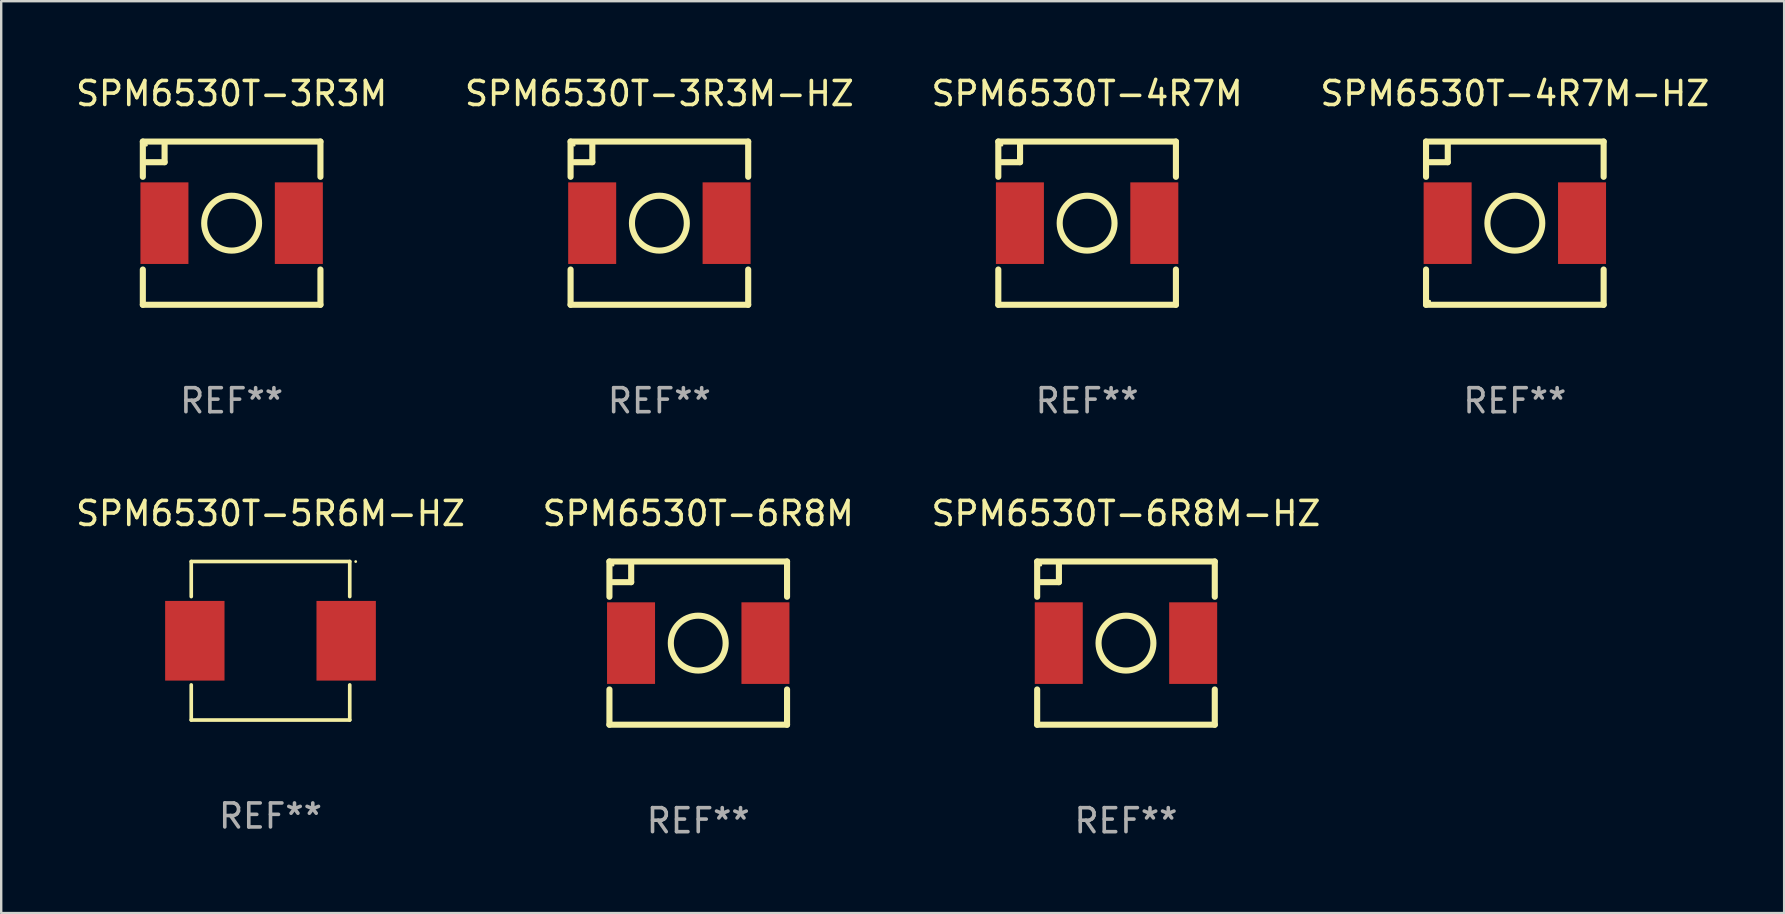
<source format=kicad_pcb>
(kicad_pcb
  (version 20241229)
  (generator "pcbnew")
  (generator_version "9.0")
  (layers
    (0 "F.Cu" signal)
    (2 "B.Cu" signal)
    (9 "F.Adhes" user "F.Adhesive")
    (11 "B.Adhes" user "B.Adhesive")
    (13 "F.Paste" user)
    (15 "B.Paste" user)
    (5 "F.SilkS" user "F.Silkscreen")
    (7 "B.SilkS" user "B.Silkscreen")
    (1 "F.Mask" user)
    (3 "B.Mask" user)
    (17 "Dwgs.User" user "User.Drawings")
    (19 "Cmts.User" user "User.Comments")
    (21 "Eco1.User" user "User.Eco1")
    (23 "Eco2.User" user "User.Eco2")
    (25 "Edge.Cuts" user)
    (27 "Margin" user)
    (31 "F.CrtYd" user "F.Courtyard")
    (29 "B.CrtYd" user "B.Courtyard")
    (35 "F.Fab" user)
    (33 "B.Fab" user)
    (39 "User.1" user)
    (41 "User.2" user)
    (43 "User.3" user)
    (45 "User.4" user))
  (footprint "SPM6530T-3R3M-HZ"
    (layer "F.Cu")
    (at 24.423 6.248)
    (property "Reference" "SPM6530T-3R3M-HZ" (at 0 -5.4 0) (layer "F.SilkS") (effects (font (size 1 1) (thickness 0.15))))
    (attr through_hole)
    (fp_line (start -3.7 -3.4) (end 3.7 -3.4) (stroke (width 0.254) (type solid)) (layer "F.SilkS"))
    (fp_line (start -3.7 -1.931) (end -3.7 -3.4) (stroke (width 0.254) (type solid)) (layer "F.SilkS"))
    (fp_line (start -3.7 3.4) (end -3.7 1.931) (stroke (width 0.254) (type solid)) (layer "F.SilkS"))
    (fp_line (start -2.794 -3.302) (end -2.794 -2.54) (stroke (width 0.254) (type solid)) (layer "F.SilkS"))
    (fp_line (start -2.794 -2.54) (end -3.556 -2.54) (stroke (width 0.254) (type solid)) (layer "F.SilkS"))
    (fp_line (start 3.7 -3.4) (end 3.7 -1.931) (stroke (width 0.254) (type solid)) (layer "F.SilkS"))
    (fp_line (start 3.7 1.931) (end 3.7 3.4) (stroke (width 0.254) (type solid)) (layer "F.SilkS"))
    (fp_line (start 3.7 3.4) (end -3.7 3.4) (stroke (width 0.254) (type solid)) (layer "F.SilkS"))
    (fp_circle (center -3.55 -3.25) (end -3.52 -3.25) (stroke (width 0.06) (type solid)) (fill no) (layer "F.SilkS"))
    (fp_circle (center 0 0) (end 1.143 0) (stroke (width 0.254) (type solid)) (fill no) (layer "F.SilkS"))
    (fp_text user "REF**" (at 0 7.4 0) (layer "F.Fab") (effects (font (size 1 1) (thickness 0.15))))
    (pad "1" smd rect (at -2.8 0) (size 2 3.4) (layers "F.Cu" "F.Mask" "F.Paste"))
    (pad "2" smd rect (at 2.8 0) (size 2 3.4) (layers "F.Cu" "F.Mask" "F.Paste")))
  (footprint "SPM6530T-6R8M"
    (layer "F.Cu")
    (at 26.042 23.745)
    (property "Reference" "SPM6530T-6R8M" (at 0 -5.4 0) (layer "F.SilkS") (effects (font (size 1 1) (thickness 0.15))))
    (attr through_hole)
    (fp_line (start -3.7 -3.4) (end 3.7 -3.4) (stroke (width 0.254) (type solid)) (layer "F.SilkS"))
    (fp_line (start -3.7 -1.931) (end -3.7 -3.4) (stroke (width 0.254) (type solid)) (layer "F.SilkS"))
    (fp_line (start -3.7 3.4) (end -3.7 1.931) (stroke (width 0.254) (type solid)) (layer "F.SilkS"))
    (fp_line (start -2.794 -3.302) (end -2.794 -2.54) (stroke (width 0.254) (type solid)) (layer "F.SilkS"))
    (fp_line (start -2.794 -2.54) (end -3.556 -2.54) (stroke (width 0.254) (type solid)) (layer "F.SilkS"))
    (fp_line (start 3.7 -3.4) (end 3.7 -1.931) (stroke (width 0.254) (type solid)) (layer "F.SilkS"))
    (fp_line (start 3.7 1.931) (end 3.7 3.4) (stroke (width 0.254) (type solid)) (layer "F.SilkS"))
    (fp_line (start 3.7 3.4) (end -3.7 3.4) (stroke (width 0.254) (type solid)) (layer "F.SilkS"))
    (fp_circle (center -3.55 -3.25) (end -3.52 -3.25) (stroke (width 0.06) (type solid)) (fill no) (layer "F.SilkS"))
    (fp_circle (center 0 0) (end 1.143 0) (stroke (width 0.254) (type solid)) (fill no) (layer "F.SilkS"))
    (fp_text user "REF**" (at 0 7.4 0) (layer "F.Fab") (effects (font (size 1 1) (thickness 0.15))))
    (pad "1" smd rect (at -2.8 0) (size 2 3.4) (layers "F.Cu" "F.Mask" "F.Paste"))
    (pad "2" smd rect (at 2.8 0) (size 2 3.4) (layers "F.Cu" "F.Mask" "F.Paste")))
  (footprint "SPM6530T-3R3M"
    (layer "F.Cu")
    (at 6.601 6.248)
    (property "Reference" "SPM6530T-3R3M" (at 0 -5.4 0) (layer "F.SilkS") (effects (font (size 1 1) (thickness 0.15))))
    (attr through_hole)
    (fp_line (start -3.7 -3.4) (end 3.7 -3.4) (stroke (width 0.254) (type solid)) (layer "F.SilkS"))
    (fp_line (start -3.7 -1.931) (end -3.7 -3.4) (stroke (width 0.254) (type solid)) (layer "F.SilkS"))
    (fp_line (start -3.7 3.4) (end -3.7 1.931) (stroke (width 0.254) (type solid)) (layer "F.SilkS"))
    (fp_line (start -2.794 -3.302) (end -2.794 -2.54) (stroke (width 0.254) (type solid)) (layer "F.SilkS"))
    (fp_line (start -2.794 -2.54) (end -3.556 -2.54) (stroke (width 0.254) (type solid)) (layer "F.SilkS"))
    (fp_line (start 3.7 -3.4) (end 3.7 -1.931) (stroke (width 0.254) (type solid)) (layer "F.SilkS"))
    (fp_line (start 3.7 1.931) (end 3.7 3.4) (stroke (width 0.254) (type solid)) (layer "F.SilkS"))
    (fp_line (start 3.7 3.4) (end -3.7 3.4) (stroke (width 0.254) (type solid)) (layer "F.SilkS"))
    (fp_circle (center -3.55 -3.25) (end -3.52 -3.25) (stroke (width 0.06) (type solid)) (fill no) (layer "F.SilkS"))
    (fp_circle (center 0 0) (end 1.143 0) (stroke (width 0.254) (type solid)) (fill no) (layer "F.SilkS"))
    (fp_text user "REF**" (at 0 7.4 0) (layer "F.Fab") (effects (font (size 1 1) (thickness 0.15))))
    (pad "1" smd rect (at -2.8 0) (size 2 3.4) (layers "F.Cu" "F.Mask" "F.Paste"))
    (pad "2" smd rect (at 2.8 0) (size 2 3.4) (layers "F.Cu" "F.Mask" "F.Paste")))
  (footprint "SPM6530T-5R6M-HZ"
    (layer "F.Cu")
    (at 8.22 23.647)
    (property "Reference" "SPM6530T-5R6M-HZ" (at 0 -5.302 0) (layer "F.SilkS") (effects (font (size 1 1) (thickness 0.15))))
    (attr through_hole)
    (fp_line (start -3.302 -3.302) (end -3.302 -1.84) (stroke (width 0.152) (type solid)) (layer "F.SilkS"))
    (fp_line (start -3.302 1.84) (end -3.302 3.302) (stroke (width 0.152) (type solid)) (layer "F.SilkS"))
    (fp_line (start -3.302 3.302) (end 3.302 3.302) (stroke (width 0.152) (type solid)) (layer "F.SilkS"))
    (fp_line (start 3.302 -3.302) (end -3.302 -3.302) (stroke (width 0.152) (type solid)) (layer "F.SilkS"))
    (fp_line (start 3.302 -1.84) (end 3.302 -3.302) (stroke (width 0.152) (type solid)) (layer "F.SilkS"))
    (fp_line (start 3.302 3.302) (end 3.302 1.84) (stroke (width 0.152) (type solid)) (layer "F.SilkS"))
    (fp_circle (center 3.55 -3.3) (end 3.58 -3.3) (stroke (width 0.06) (type solid)) (fill no) (layer "F.SilkS"))
    (fp_text user "REF**" (at 0 7.302 0) (layer "F.Fab") (effects (font (size 1 1) (thickness 0.15))))
    (pad "1" smd rect (at 3.153 0) (size 2.474 3.32) (layers "F.Cu" "F.Mask" "F.Paste"))
    (pad "2" smd rect (at -3.153 0) (size 2.474 3.32) (layers "F.Cu" "F.Mask" "F.Paste")))
  (footprint "SPM6530T-4R7M-HZ"
    (layer "F.Cu")
    (at 60.065 6.248)
    (property "Reference" "SPM6530T-4R7M-HZ" (at 0 -5.4 0) (layer "F.SilkS") (effects (font (size 1 1) (thickness 0.15))))
    (attr through_hole)
    (fp_line (start -3.7 -3.4) (end -3.7 -1.931) (stroke (width 0.254) (type solid)) (layer "F.SilkS"))
    (fp_line (start -3.7 -3.4) (end 3.7 -3.4) (stroke (width 0.254) (type solid)) (layer "F.SilkS"))
    (fp_line (start -3.7 1.931) (end -3.7 3.4) (stroke (width 0.254) (type solid)) (layer "F.SilkS"))
    (fp_line (start -2.794 -3.302) (end -2.794 -2.54) (stroke (width 0.254) (type solid)) (layer "F.SilkS"))
    (fp_line (start -2.794 -2.54) (end -3.556 -2.54) (stroke (width 0.254) (type solid)) (layer "F.SilkS"))
    (fp_line (start 3.7 -3.4) (end 3.7 -1.931) (stroke (width 0.254) (type solid)) (layer "F.SilkS"))
    (fp_line (start 3.7 1.931) (end 3.7 3.4) (stroke (width 0.254) (type solid)) (layer "F.SilkS"))
    (fp_line (start 3.7 3.4) (end -3.7 3.4) (stroke (width 0.254) (type solid)) (layer "F.SilkS"))
    (fp_circle (center -3.55 3.25) (end -3.52 3.25) (stroke (width 0.06) (type solid)) (fill no) (layer "F.SilkS"))
    (fp_circle (center 0 0) (end 1.143 0) (stroke (width 0.254) (type solid)) (fill no) (layer "F.SilkS"))
    (fp_text user "REF**" (at 0 7.4 0) (layer "F.Fab") (effects (font (size 1 1) (thickness 0.15))))
    (pad "1" smd rect (at -2.8 0) (size 2 3.4) (layers "F.Cu" "F.Mask" "F.Paste"))
    (pad "2" smd rect (at 2.8 0) (size 2 3.4) (layers "F.Cu" "F.Mask" "F.Paste")))
  (footprint "SPM6530T-4R7M"
    (layer "F.Cu")
    (at 42.244 6.248)
    (property "Reference" "SPM6530T-4R7M" (at 0 -5.4 0) (layer "F.SilkS") (effects (font (size 1 1) (thickness 0.15))))
    (attr through_hole)
    (fp_line (start -3.7 -3.4) (end 3.7 -3.4) (stroke (width 0.254) (type solid)) (layer "F.SilkS"))
    (fp_line (start -3.7 -1.931) (end -3.7 -3.4) (stroke (width 0.254) (type solid)) (layer "F.SilkS"))
    (fp_line (start -3.7 3.4) (end -3.7 1.931) (stroke (width 0.254) (type solid)) (layer "F.SilkS"))
    (fp_line (start -2.794 -3.302) (end -2.794 -2.54) (stroke (width 0.254) (type solid)) (layer "F.SilkS"))
    (fp_line (start -2.794 -2.54) (end -3.556 -2.54) (stroke (width 0.254) (type solid)) (layer "F.SilkS"))
    (fp_line (start 3.7 -3.4) (end 3.7 -1.931) (stroke (width 0.254) (type solid)) (layer "F.SilkS"))
    (fp_line (start 3.7 1.931) (end 3.7 3.4) (stroke (width 0.254) (type solid)) (layer "F.SilkS"))
    (fp_line (start 3.7 3.4) (end -3.7 3.4) (stroke (width 0.254) (type solid)) (layer "F.SilkS"))
    (fp_circle (center -3.55 -3.25) (end -3.52 -3.25) (stroke (width 0.06) (type solid)) (fill no) (layer "F.SilkS"))
    (fp_circle (center 0 0) (end 1.143 0) (stroke (width 0.254) (type solid)) (fill no) (layer "F.SilkS"))
    (fp_text user "REF**" (at 0 7.4 0) (layer "F.Fab") (effects (font (size 1 1) (thickness 0.15))))
    (pad "1" smd rect (at -2.8 0) (size 2 3.4) (layers "F.Cu" "F.Mask" "F.Paste"))
    (pad "2" smd rect (at 2.8 0) (size 2 3.4) (layers "F.Cu" "F.Mask" "F.Paste")))
  (footprint "SPM6530T-6R8M-HZ"
    (layer "F.Cu")
    (at 43.863 23.745)
    (property "Reference" "SPM6530T-6R8M-HZ" (at 0 -5.4 0) (layer "F.SilkS") (effects (font (size 1 1) (thickness 0.15))))
    (attr through_hole)
    (fp_line (start -3.7 -3.4) (end 3.7 -3.4) (stroke (width 0.254) (type solid)) (layer "F.SilkS"))
    (fp_line (start -3.7 -1.931) (end -3.7 -3.4) (stroke (width 0.254) (type solid)) (layer "F.SilkS"))
    (fp_line (start -3.7 3.4) (end -3.7 1.931) (stroke (width 0.254) (type solid)) (layer "F.SilkS"))
    (fp_line (start -2.794 -3.302) (end -2.794 -2.54) (stroke (width 0.254) (type solid)) (layer "F.SilkS"))
    (fp_line (start -2.794 -2.54) (end -3.556 -2.54) (stroke (width 0.254) (type solid)) (layer "F.SilkS"))
    (fp_line (start 3.7 -3.4) (end 3.7 -1.931) (stroke (width 0.254) (type solid)) (layer "F.SilkS"))
    (fp_line (start 3.7 1.931) (end 3.7 3.4) (stroke (width 0.254) (type solid)) (layer "F.SilkS"))
    (fp_line (start 3.7 3.4) (end -3.7 3.4) (stroke (width 0.254) (type solid)) (layer "F.SilkS"))
    (fp_circle (center -3.55 -3.25) (end -3.52 -3.25) (stroke (width 0.06) (type solid)) (fill no) (layer "F.SilkS"))
    (fp_circle (center 0 0) (end 1.143 0) (stroke (width 0.254) (type solid)) (fill no) (layer "F.SilkS"))
    (fp_text user "REF**" (at 0 7.4 0) (layer "F.Fab") (effects (font (size 1 1) (thickness 0.15))))
    (pad "1" smd rect (at -2.8 0) (size 2 3.4) (layers "F.Cu" "F.Mask" "F.Paste"))
    (pad "2" smd rect (at 2.8 0) (size 2 3.4) (layers "F.Cu" "F.Mask" "F.Paste")))
  (gr_rect
    (start -3 -3)
    (end 71.286 34.993)
    (stroke (width 0.1) (type default))
    (fill no)
    (layer "Edge.Cuts")))
</source>
